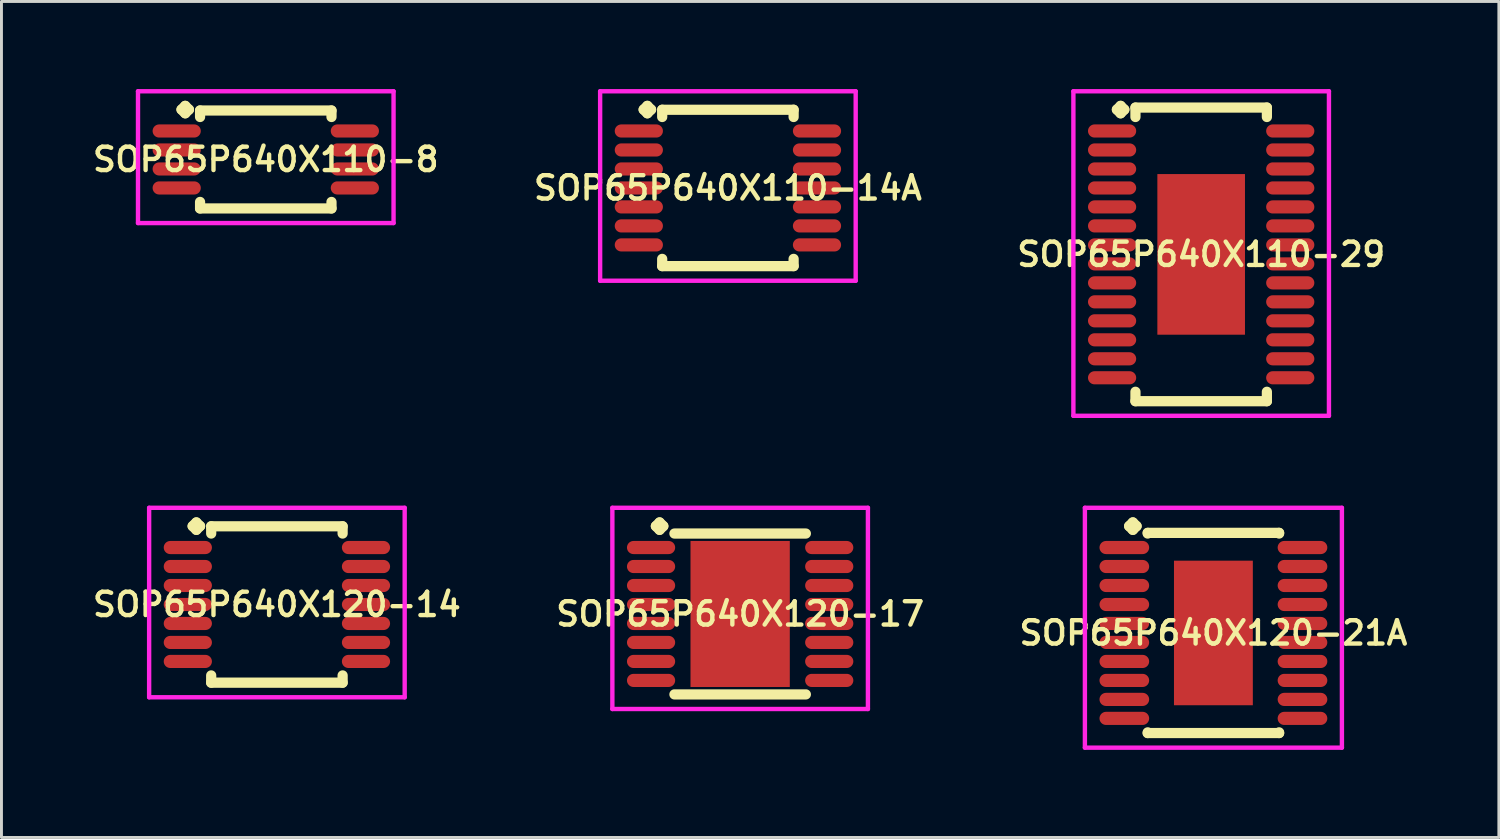
<source format=kicad_pcb>
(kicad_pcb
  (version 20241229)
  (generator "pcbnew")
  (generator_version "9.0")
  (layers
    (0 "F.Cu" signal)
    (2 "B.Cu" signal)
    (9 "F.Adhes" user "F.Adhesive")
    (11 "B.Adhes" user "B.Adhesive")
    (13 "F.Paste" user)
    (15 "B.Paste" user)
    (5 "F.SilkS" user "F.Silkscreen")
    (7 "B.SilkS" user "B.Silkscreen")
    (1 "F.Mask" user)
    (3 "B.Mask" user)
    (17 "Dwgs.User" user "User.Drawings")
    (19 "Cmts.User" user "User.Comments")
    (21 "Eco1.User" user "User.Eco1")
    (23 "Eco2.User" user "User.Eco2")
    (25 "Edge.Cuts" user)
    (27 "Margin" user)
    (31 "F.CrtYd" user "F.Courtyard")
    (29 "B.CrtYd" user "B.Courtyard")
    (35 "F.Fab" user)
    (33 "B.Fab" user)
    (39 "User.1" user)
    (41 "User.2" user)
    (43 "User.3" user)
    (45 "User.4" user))
  (footprint "SOP65P640X110-29"
    (layer "F.Cu")
    (at 38.077 5.66)
    (property "Reference" "SOP65P640X110-29" (at 0 0 0) (layer "F.SilkS") (effects (font (size 0.8 0.8) (thickness 0.15))))
    (attr smd)
    (fp_line (start -2.885 -4.958) (end -2.758 -5.085) (stroke (width 0.35) (type solid)) (layer "F.SilkS"))
    (fp_line (start -2.758 -5.085) (end -2.631 -4.958) (stroke (width 0.35) (type solid)) (layer "F.SilkS"))
    (fp_line (start -2.758 -4.831) (end -2.885 -4.958) (stroke (width 0.35) (type solid)) (layer "F.SilkS"))
    (fp_line (start -2.631 -4.958) (end -2.758 -4.831) (stroke (width 0.35) (type solid)) (layer "F.SilkS"))
    (fp_line (start -2.25 -5.027) (end 2.25 -5.027) (stroke (width 0.35) (type solid)) (layer "F.SilkS"))
    (fp_line (start -2.25 -4.704) (end -2.25 -5.027) (stroke (width 0.35) (type solid)) (layer "F.SilkS"))
    (fp_line (start -2.25 4.704) (end -2.25 5.027) (stroke (width 0.35) (type solid)) (layer "F.SilkS"))
    (fp_line (start -2.25 5.027) (end 2.25 5.027) (stroke (width 0.35) (type solid)) (layer "F.SilkS"))
    (fp_line (start 2.25 -5.027) (end 2.25 -4.704) (stroke (width 0.35) (type solid)) (layer "F.SilkS"))
    (fp_line (start 2.25 5.027) (end 2.25 4.704) (stroke (width 0.35) (type solid)) (layer "F.SilkS"))
    (fp_line (start -4.375 -5.585) (end 4.375 -5.585) (stroke (width 0.15) (type solid)) (layer "F.CrtYd"))
    (fp_line (start -4.375 5.527) (end -4.375 -5.585) (stroke (width 0.15) (type solid)) (layer "F.CrtYd"))
    (fp_line (start 4.375 -5.585) (end 4.375 5.527) (stroke (width 0.15) (type solid)) (layer "F.CrtYd"))
    (fp_line (start 4.375 5.527) (end -4.375 5.527) (stroke (width 0.15) (type solid)) (layer "F.CrtYd"))
    (pad "1" smd oval (at -3.05 -4.225) (size 1.65 0.45) (layers "F.Cu" "F.Mask" "F.Paste"))
    (pad "2" smd oval (at -3.05 -3.575) (size 1.65 0.45) (layers "F.Cu" "F.Mask" "F.Paste"))
    (pad "3" smd oval (at -3.05 -2.925) (size 1.65 0.45) (layers "F.Cu" "F.Mask" "F.Paste"))
    (pad "4" smd oval (at -3.05 -2.275) (size 1.65 0.45) (layers "F.Cu" "F.Mask" "F.Paste"))
    (pad "5" smd oval (at -3.05 -1.625) (size 1.65 0.45) (layers "F.Cu" "F.Mask" "F.Paste"))
    (pad "6" smd oval (at -3.05 -0.975) (size 1.65 0.45) (layers "F.Cu" "F.Mask" "F.Paste"))
    (pad "7" smd oval (at -3.05 -0.325) (size 1.65 0.45) (layers "F.Cu" "F.Mask" "F.Paste"))
    (pad "8" smd oval (at -3.05 0.325) (size 1.65 0.45) (layers "F.Cu" "F.Mask" "F.Paste"))
    (pad "9" smd oval (at -3.05 0.975) (size 1.65 0.45) (layers "F.Cu" "F.Mask" "F.Paste"))
    (pad "10" smd oval (at -3.05 1.625) (size 1.65 0.45) (layers "F.Cu" "F.Mask" "F.Paste"))
    (pad "11" smd oval (at -3.05 2.275) (size 1.65 0.45) (layers "F.Cu" "F.Mask" "F.Paste"))
    (pad "12" smd oval (at -3.05 2.925) (size 1.65 0.45) (layers "F.Cu" "F.Mask" "F.Paste"))
    (pad "13" smd oval (at -3.05 3.575) (size 1.65 0.45) (layers "F.Cu" "F.Mask" "F.Paste"))
    (pad "14" smd oval (at -3.05 4.225) (size 1.65 0.45) (layers "F.Cu" "F.Mask" "F.Paste"))
    (pad "15" smd oval (at 3.05 4.225) (size 1.65 0.45) (layers "F.Cu" "F.Mask" "F.Paste"))
    (pad "16" smd oval (at 3.05 3.575) (size 1.65 0.45) (layers "F.Cu" "F.Mask" "F.Paste"))
    (pad "17" smd oval (at 3.05 2.925) (size 1.65 0.45) (layers "F.Cu" "F.Mask" "F.Paste"))
    (pad "18" smd oval (at 3.05 2.275) (size 1.65 0.45) (layers "F.Cu" "F.Mask" "F.Paste"))
    (pad "19" smd oval (at 3.05 1.625) (size 1.65 0.45) (layers "F.Cu" "F.Mask" "F.Paste"))
    (pad "20" smd oval (at 3.05 0.975) (size 1.65 0.45) (layers "F.Cu" "F.Mask" "F.Paste"))
    (pad "21" smd oval (at 3.05 0.325) (size 1.65 0.45) (layers "F.Cu" "F.Mask" "F.Paste"))
    (pad "22" smd oval (at 3.05 -0.325) (size 1.65 0.45) (layers "F.Cu" "F.Mask" "F.Paste"))
    (pad "23" smd oval (at 3.05 -0.975) (size 1.65 0.45) (layers "F.Cu" "F.Mask" "F.Paste"))
    (pad "24" smd oval (at 3.05 -1.625) (size 1.65 0.45) (layers "F.Cu" "F.Mask" "F.Paste"))
    (pad "25" smd oval (at 3.05 -2.275) (size 1.65 0.45) (layers "F.Cu" "F.Mask" "F.Paste"))
    (pad "26" smd oval (at 3.05 -2.925) (size 1.65 0.45) (layers "F.Cu" "F.Mask" "F.Paste"))
    (pad "27" smd oval (at 3.05 -3.575) (size 1.65 0.45) (layers "F.Cu" "F.Mask" "F.Paste"))
    (pad "28" smd oval (at 3.05 -4.225) (size 1.65 0.45) (layers "F.Cu" "F.Mask" "F.Paste"))
    (pad "29" smd rect (at 0 0) (size 3 5.5) (layers "F.Cu" "F.Mask" "F.Paste")))
  (footprint "SOP65P640X110-8"
    (layer "F.Cu")
    (at 6.05 2.41)
    (property "Reference" "SOP65P640X110-8" (at 0 0 0) (layer "F.SilkS") (effects (font (size 0.8 0.8) (thickness 0.15))))
    (attr smd)
    (fp_line (start -2.885 -1.708) (end -2.758 -1.835) (stroke (width 0.35) (type solid)) (layer "F.SilkS"))
    (fp_line (start -2.758 -1.835) (end -2.631 -1.708) (stroke (width 0.35) (type solid)) (layer "F.SilkS"))
    (fp_line (start -2.758 -1.581) (end -2.885 -1.708) (stroke (width 0.35) (type solid)) (layer "F.SilkS"))
    (fp_line (start -2.631 -1.708) (end -2.758 -1.581) (stroke (width 0.35) (type solid)) (layer "F.SilkS"))
    (fp_line (start -2.25 -1.677) (end 2.25 -1.677) (stroke (width 0.35) (type solid)) (layer "F.SilkS"))
    (fp_line (start -2.25 -1.454) (end -2.25 -1.677) (stroke (width 0.35) (type solid)) (layer "F.SilkS"))
    (fp_line (start -2.25 1.454) (end -2.25 1.677) (stroke (width 0.35) (type solid)) (layer "F.SilkS"))
    (fp_line (start -2.25 1.677) (end 2.25 1.677) (stroke (width 0.35) (type solid)) (layer "F.SilkS"))
    (fp_line (start 2.25 -1.677) (end 2.25 -1.454) (stroke (width 0.35) (type solid)) (layer "F.SilkS"))
    (fp_line (start 2.25 1.677) (end 2.25 1.454) (stroke (width 0.35) (type solid)) (layer "F.SilkS"))
    (fp_line (start -4.375 -2.335) (end 4.375 -2.335) (stroke (width 0.15) (type solid)) (layer "F.CrtYd"))
    (fp_line (start -4.375 2.177) (end -4.375 -2.335) (stroke (width 0.15) (type solid)) (layer "F.CrtYd"))
    (fp_line (start 4.375 -2.335) (end 4.375 2.177) (stroke (width 0.15) (type solid)) (layer "F.CrtYd"))
    (fp_line (start 4.375 2.177) (end -4.375 2.177) (stroke (width 0.15) (type solid)) (layer "F.CrtYd"))
    (pad "1" smd oval (at -3.05 -0.975) (size 1.65 0.45) (layers "F.Cu" "F.Mask" "F.Paste"))
    (pad "2" smd oval (at -3.05 -0.325) (size 1.65 0.45) (layers "F.Cu" "F.Mask" "F.Paste"))
    (pad "3" smd oval (at -3.05 0.325) (size 1.65 0.45) (layers "F.Cu" "F.Mask" "F.Paste"))
    (pad "4" smd oval (at -3.05 0.975) (size 1.65 0.45) (layers "F.Cu" "F.Mask" "F.Paste"))
    (pad "5" smd oval (at 3.05 0.975) (size 1.65 0.45) (layers "F.Cu" "F.Mask" "F.Paste"))
    (pad "6" smd oval (at 3.05 0.325) (size 1.65 0.45) (layers "F.Cu" "F.Mask" "F.Paste"))
    (pad "7" smd oval (at 3.05 -0.325) (size 1.65 0.45) (layers "F.Cu" "F.Mask" "F.Paste"))
    (pad "8" smd oval (at 3.05 -0.975) (size 1.65 0.45) (layers "F.Cu" "F.Mask" "F.Paste")))
  (footprint "SOP65P640X120-17"
    (layer "F.Cu")
    (at 22.292 17.972)
    (property "Reference" "SOP65P640X120-17" (at 0 0 0) (layer "F.SilkS") (effects (font (size 0.8 0.8) (thickness 0.15))))
    (attr smd)
    (fp_line (start -2.885 -3.008) (end -2.758 -3.135) (stroke (width 0.35) (type solid)) (layer "F.SilkS"))
    (fp_line (start -2.758 -3.135) (end -2.631 -3.008) (stroke (width 0.35) (type solid)) (layer "F.SilkS"))
    (fp_line (start -2.758 -2.881) (end -2.885 -3.008) (stroke (width 0.35) (type solid)) (layer "F.SilkS"))
    (fp_line (start -2.631 -3.008) (end -2.758 -2.881) (stroke (width 0.35) (type solid)) (layer "F.SilkS"))
    (fp_line (start -2.25 -2.754) (end 2.25 -2.754) (stroke (width 0.35) (type solid)) (layer "F.SilkS"))
    (fp_line (start -2.25 2.754) (end 2.25 2.754) (stroke (width 0.35) (type solid)) (layer "F.SilkS"))
    (fp_line (start -4.375 -3.635) (end 4.375 -3.635) (stroke (width 0.15) (type solid)) (layer "F.CrtYd"))
    (fp_line (start -4.375 3.254) (end -4.375 -3.635) (stroke (width 0.15) (type solid)) (layer "F.CrtYd"))
    (fp_line (start 4.375 -3.635) (end 4.375 3.254) (stroke (width 0.15) (type solid)) (layer "F.CrtYd"))
    (fp_line (start 4.375 3.254) (end -4.375 3.254) (stroke (width 0.15) (type solid)) (layer "F.CrtYd"))
    (pad "1" smd oval (at -3.05 -2.275) (size 1.65 0.45) (layers "F.Cu" "F.Mask" "F.Paste"))
    (pad "2" smd oval (at -3.05 -1.625) (size 1.65 0.45) (layers "F.Cu" "F.Mask" "F.Paste"))
    (pad "3" smd oval (at -3.05 -0.975) (size 1.65 0.45) (layers "F.Cu" "F.Mask" "F.Paste"))
    (pad "4" smd oval (at -3.05 -0.325) (size 1.65 0.45) (layers "F.Cu" "F.Mask" "F.Paste"))
    (pad "5" smd oval (at -3.05 0.325) (size 1.65 0.45) (layers "F.Cu" "F.Mask" "F.Paste"))
    (pad "6" smd oval (at -3.05 0.975) (size 1.65 0.45) (layers "F.Cu" "F.Mask" "F.Paste"))
    (pad "7" smd oval (at -3.05 1.625) (size 1.65 0.45) (layers "F.Cu" "F.Mask" "F.Paste"))
    (pad "8" smd oval (at -3.05 2.275) (size 1.65 0.45) (layers "F.Cu" "F.Mask" "F.Paste"))
    (pad "9" smd oval (at 3.05 2.275) (size 1.65 0.45) (layers "F.Cu" "F.Mask" "F.Paste"))
    (pad "10" smd oval (at 3.05 1.625) (size 1.65 0.45) (layers "F.Cu" "F.Mask" "F.Paste"))
    (pad "11" smd oval (at 3.05 0.975) (size 1.65 0.45) (layers "F.Cu" "F.Mask" "F.Paste"))
    (pad "12" smd oval (at 3.05 0.325) (size 1.65 0.45) (layers "F.Cu" "F.Mask" "F.Paste"))
    (pad "13" smd oval (at 3.05 -0.325) (size 1.65 0.45) (layers "F.Cu" "F.Mask" "F.Paste"))
    (pad "14" smd oval (at 3.05 -0.975) (size 1.65 0.45) (layers "F.Cu" "F.Mask" "F.Paste"))
    (pad "15" smd oval (at 3.05 -1.625) (size 1.65 0.45) (layers "F.Cu" "F.Mask" "F.Paste"))
    (pad "16" smd oval (at 3.05 -2.275) (size 1.65 0.45) (layers "F.Cu" "F.Mask" "F.Paste"))
    (pad "17" smd rect (at 0 0) (size 3.4 5) (layers "F.Cu" "F.Mask" "F.Paste")))
  (footprint "SOP65P640X120-21A"
    (layer "F.Cu")
    (at 38.496 18.622)
    (property "Reference" "SOP65P640X120-21A" (at 0 0 0) (layer "F.SilkS") (effects (font (size 0.8 0.8) (thickness 0.15))))
    (attr smd)
    (fp_line (start -2.885 -3.658) (end -2.758 -3.785) (stroke (width 0.35) (type solid)) (layer "F.SilkS"))
    (fp_line (start -2.758 -3.785) (end -2.631 -3.658) (stroke (width 0.35) (type solid)) (layer "F.SilkS"))
    (fp_line (start -2.758 -3.531) (end -2.885 -3.658) (stroke (width 0.35) (type solid)) (layer "F.SilkS"))
    (fp_line (start -2.631 -3.658) (end -2.758 -3.531) (stroke (width 0.35) (type solid)) (layer "F.SilkS"))
    (fp_line (start -2.25 -3.427) (end 2.25 -3.427) (stroke (width 0.35) (type solid)) (layer "F.SilkS"))
    (fp_line (start -2.25 -3.404) (end -2.25 -3.427) (stroke (width 0.35) (type solid)) (layer "F.SilkS"))
    (fp_line (start -2.25 3.404) (end -2.25 3.427) (stroke (width 0.35) (type solid)) (layer "F.SilkS"))
    (fp_line (start -2.25 3.427) (end 2.25 3.427) (stroke (width 0.35) (type solid)) (layer "F.SilkS"))
    (fp_line (start 2.25 -3.427) (end 2.25 -3.404) (stroke (width 0.35) (type solid)) (layer "F.SilkS"))
    (fp_line (start 2.25 3.427) (end 2.25 3.404) (stroke (width 0.35) (type solid)) (layer "F.SilkS"))
    (fp_line (start -4.4 -4.285) (end 4.4 -4.285) (stroke (width 0.15) (type solid)) (layer "F.CrtYd"))
    (fp_line (start -4.4 3.927) (end -4.4 -4.285) (stroke (width 0.15) (type solid)) (layer "F.CrtYd"))
    (fp_line (start 4.4 -4.285) (end 4.4 3.927) (stroke (width 0.15) (type solid)) (layer "F.CrtYd"))
    (fp_line (start 4.4 3.927) (end -4.4 3.927) (stroke (width 0.15) (type solid)) (layer "F.CrtYd"))
    (pad "1" smd oval (at -3.05 -2.925) (size 1.7 0.45) (layers "F.Cu" "F.Mask" "F.Paste"))
    (pad "2" smd oval (at -3.05 -2.275) (size 1.7 0.45) (layers "F.Cu" "F.Mask" "F.Paste"))
    (pad "3" smd oval (at -3.05 -1.625) (size 1.7 0.45) (layers "F.Cu" "F.Mask" "F.Paste"))
    (pad "4" smd oval (at -3.05 -0.975) (size 1.7 0.45) (layers "F.Cu" "F.Mask" "F.Paste"))
    (pad "5" smd oval (at -3.05 -0.325) (size 1.7 0.45) (layers "F.Cu" "F.Mask" "F.Paste"))
    (pad "6" smd oval (at -3.05 0.325) (size 1.7 0.45) (layers "F.Cu" "F.Mask" "F.Paste"))
    (pad "7" smd oval (at -3.05 0.975) (size 1.7 0.45) (layers "F.Cu" "F.Mask" "F.Paste"))
    (pad "8" smd oval (at -3.05 1.625) (size 1.7 0.45) (layers "F.Cu" "F.Mask" "F.Paste"))
    (pad "9" smd oval (at -3.05 2.275) (size 1.7 0.45) (layers "F.Cu" "F.Mask" "F.Paste"))
    (pad "10" smd oval (at -3.05 2.925) (size 1.7 0.45) (layers "F.Cu" "F.Mask" "F.Paste"))
    (pad "11" smd oval (at 3.05 2.925) (size 1.7 0.45) (layers "F.Cu" "F.Mask" "F.Paste"))
    (pad "12" smd oval (at 3.05 2.275) (size 1.7 0.45) (layers "F.Cu" "F.Mask" "F.Paste"))
    (pad "13" smd oval (at 3.05 1.625) (size 1.7 0.45) (layers "F.Cu" "F.Mask" "F.Paste"))
    (pad "14" smd oval (at 3.05 0.975) (size 1.7 0.45) (layers "F.Cu" "F.Mask" "F.Paste"))
    (pad "15" smd oval (at 3.05 0.325) (size 1.7 0.45) (layers "F.Cu" "F.Mask" "F.Paste"))
    (pad "16" smd oval (at 3.05 -0.325) (size 1.7 0.45) (layers "F.Cu" "F.Mask" "F.Paste"))
    (pad "17" smd oval (at 3.05 -0.975) (size 1.7 0.45) (layers "F.Cu" "F.Mask" "F.Paste"))
    (pad "18" smd oval (at 3.05 -1.625) (size 1.7 0.45) (layers "F.Cu" "F.Mask" "F.Paste"))
    (pad "19" smd oval (at 3.05 -2.275) (size 1.7 0.45) (layers "F.Cu" "F.Mask" "F.Paste"))
    (pad "20" smd oval (at 3.05 -2.925) (size 1.7 0.45) (layers "F.Cu" "F.Mask" "F.Paste"))
    (pad "21" smd rect (at 0 0) (size 2.7 4.95) (layers "F.Cu" "F.Mask" "F.Paste")))
  (footprint "SOP65P640X110-14A"
    (layer "F.Cu")
    (at 21.873 3.385)
    (property "Reference" "SOP65P640X110-14A" (at 0 0 0) (layer "F.SilkS") (effects (font (size 0.8 0.8) (thickness 0.15))))
    (attr smd)
    (fp_line (start -2.885 -2.683) (end -2.758 -2.81) (stroke (width 0.35) (type solid)) (layer "F.SilkS"))
    (fp_line (start -2.758 -2.81) (end -2.631 -2.683) (stroke (width 0.35) (type solid)) (layer "F.SilkS"))
    (fp_line (start -2.758 -2.556) (end -2.885 -2.683) (stroke (width 0.35) (type solid)) (layer "F.SilkS"))
    (fp_line (start -2.631 -2.683) (end -2.758 -2.556) (stroke (width 0.35) (type solid)) (layer "F.SilkS"))
    (fp_line (start -2.25 -2.677) (end 2.25 -2.677) (stroke (width 0.35) (type solid)) (layer "F.SilkS"))
    (fp_line (start -2.25 -2.429) (end -2.25 -2.677) (stroke (width 0.35) (type solid)) (layer "F.SilkS"))
    (fp_line (start -2.25 2.429) (end -2.25 2.677) (stroke (width 0.35) (type solid)) (layer "F.SilkS"))
    (fp_line (start -2.25 2.677) (end 2.25 2.677) (stroke (width 0.35) (type solid)) (layer "F.SilkS"))
    (fp_line (start 2.25 -2.677) (end 2.25 -2.429) (stroke (width 0.35) (type solid)) (layer "F.SilkS"))
    (fp_line (start 2.25 2.677) (end 2.25 2.429) (stroke (width 0.35) (type solid)) (layer "F.SilkS"))
    (fp_line (start -4.375 -3.31) (end 4.375 -3.31) (stroke (width 0.15) (type solid)) (layer "F.CrtYd"))
    (fp_line (start -4.375 3.177) (end -4.375 -3.31) (stroke (width 0.15) (type solid)) (layer "F.CrtYd"))
    (fp_line (start 4.375 -3.31) (end 4.375 3.177) (stroke (width 0.15) (type solid)) (layer "F.CrtYd"))
    (fp_line (start 4.375 3.177) (end -4.375 3.177) (stroke (width 0.15) (type solid)) (layer "F.CrtYd"))
    (pad "1" smd oval (at -3.05 -1.95) (size 1.65 0.45) (layers "F.Cu" "F.Mask" "F.Paste"))
    (pad "2" smd oval (at -3.05 -1.3) (size 1.65 0.45) (layers "F.Cu" "F.Mask" "F.Paste"))
    (pad "3" smd oval (at -3.05 -0.65) (size 1.65 0.45) (layers "F.Cu" "F.Mask" "F.Paste"))
    (pad "4" smd oval (at -3.05 0) (size 1.65 0.45) (layers "F.Cu" "F.Mask" "F.Paste"))
    (pad "5" smd oval (at -3.05 0.65) (size 1.65 0.45) (layers "F.Cu" "F.Mask" "F.Paste"))
    (pad "6" smd oval (at -3.05 1.3) (size 1.65 0.45) (layers "F.Cu" "F.Mask" "F.Paste"))
    (pad "7" smd oval (at -3.05 1.95) (size 1.65 0.45) (layers "F.Cu" "F.Mask" "F.Paste"))
    (pad "8" smd oval (at 3.05 1.95) (size 1.65 0.45) (layers "F.Cu" "F.Mask" "F.Paste"))
    (pad "9" smd oval (at 3.05 1.3) (size 1.65 0.45) (layers "F.Cu" "F.Mask" "F.Paste"))
    (pad "10" smd oval (at 3.05 0.65) (size 1.65 0.45) (layers "F.Cu" "F.Mask" "F.Paste"))
    (pad "11" smd oval (at 3.05 0) (size 1.65 0.45) (layers "F.Cu" "F.Mask" "F.Paste"))
    (pad "12" smd oval (at 3.05 -0.65) (size 1.65 0.45) (layers "F.Cu" "F.Mask" "F.Paste"))
    (pad "13" smd oval (at 3.05 -1.3) (size 1.65 0.45) (layers "F.Cu" "F.Mask" "F.Paste"))
    (pad "14" smd oval (at 3.05 -1.95) (size 1.65 0.45) (layers "F.Cu" "F.Mask" "F.Paste")))
  (footprint "SOP65P640X120-14"
    (layer "F.Cu")
    (at 6.431 17.647)
    (property "Reference" "SOP65P640X120-14" (at 0 0 0) (layer "F.SilkS") (effects (font (size 0.8 0.8) (thickness 0.15))))
    (attr smd)
    (fp_line (start -2.885 -2.683) (end -2.758 -2.81) (stroke (width 0.35) (type solid)) (layer "F.SilkS"))
    (fp_line (start -2.758 -2.81) (end -2.631 -2.683) (stroke (width 0.35) (type solid)) (layer "F.SilkS"))
    (fp_line (start -2.758 -2.556) (end -2.885 -2.683) (stroke (width 0.35) (type solid)) (layer "F.SilkS"))
    (fp_line (start -2.631 -2.683) (end -2.758 -2.556) (stroke (width 0.35) (type solid)) (layer "F.SilkS"))
    (fp_line (start -2.25 -2.677) (end 2.25 -2.677) (stroke (width 0.35) (type solid)) (layer "F.SilkS"))
    (fp_line (start -2.25 -2.429) (end -2.25 -2.677) (stroke (width 0.35) (type solid)) (layer "F.SilkS"))
    (fp_line (start -2.25 2.429) (end -2.25 2.677) (stroke (width 0.35) (type solid)) (layer "F.SilkS"))
    (fp_line (start -2.25 2.677) (end 2.25 2.677) (stroke (width 0.35) (type solid)) (layer "F.SilkS"))
    (fp_line (start 2.25 -2.677) (end 2.25 -2.429) (stroke (width 0.35) (type solid)) (layer "F.SilkS"))
    (fp_line (start 2.25 2.677) (end 2.25 2.429) (stroke (width 0.35) (type solid)) (layer "F.SilkS"))
    (fp_line (start -4.375 -3.31) (end 4.375 -3.31) (stroke (width 0.15) (type solid)) (layer "F.CrtYd"))
    (fp_line (start -4.375 3.177) (end -4.375 -3.31) (stroke (width 0.15) (type solid)) (layer "F.CrtYd"))
    (fp_line (start 4.375 -3.31) (end 4.375 3.177) (stroke (width 0.15) (type solid)) (layer "F.CrtYd"))
    (fp_line (start 4.375 3.177) (end -4.375 3.177) (stroke (width 0.15) (type solid)) (layer "F.CrtYd"))
    (pad "1" smd oval (at -3.05 -1.95) (size 1.65 0.45) (layers "F.Cu" "F.Mask" "F.Paste"))
    (pad "2" smd oval (at -3.05 -1.3) (size 1.65 0.45) (layers "F.Cu" "F.Mask" "F.Paste"))
    (pad "3" smd oval (at -3.05 -0.65) (size 1.65 0.45) (layers "F.Cu" "F.Mask" "F.Paste"))
    (pad "4" smd oval (at -3.05 0) (size 1.65 0.45) (layers "F.Cu" "F.Mask" "F.Paste"))
    (pad "5" smd oval (at -3.05 0.65) (size 1.65 0.45) (layers "F.Cu" "F.Mask" "F.Paste"))
    (pad "6" smd oval (at -3.05 1.3) (size 1.65 0.45) (layers "F.Cu" "F.Mask" "F.Paste"))
    (pad "7" smd oval (at -3.05 1.95) (size 1.65 0.45) (layers "F.Cu" "F.Mask" "F.Paste"))
    (pad "8" smd oval (at 3.05 1.95) (size 1.65 0.45) (layers "F.Cu" "F.Mask" "F.Paste"))
    (pad "9" smd oval (at 3.05 1.3) (size 1.65 0.45) (layers "F.Cu" "F.Mask" "F.Paste"))
    (pad "10" smd oval (at 3.05 0.65) (size 1.65 0.45) (layers "F.Cu" "F.Mask" "F.Paste"))
    (pad "11" smd oval (at 3.05 0) (size 1.65 0.45) (layers "F.Cu" "F.Mask" "F.Paste"))
    (pad "12" smd oval (at 3.05 -0.65) (size 1.65 0.45) (layers "F.Cu" "F.Mask" "F.Paste"))
    (pad "13" smd oval (at 3.05 -1.3) (size 1.65 0.45) (layers "F.Cu" "F.Mask" "F.Paste"))
    (pad "14" smd oval (at 3.05 -1.95) (size 1.65 0.45) (layers "F.Cu" "F.Mask" "F.Paste")))
  (gr_rect
    (start -3 -3)
    (end 48.27 25.624)
    (stroke (width 0.1) (type default))
    (fill no)
    (layer "Edge.Cuts")))
</source>
